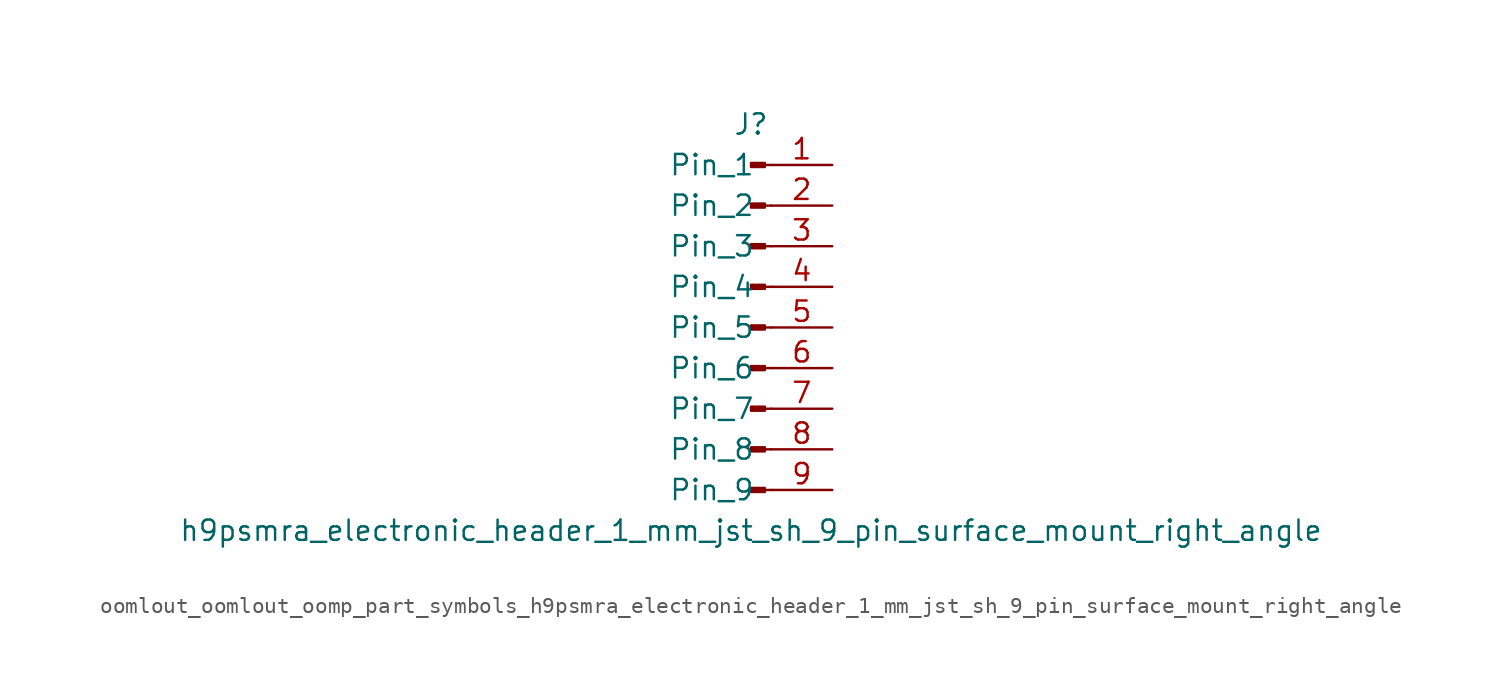
<source format=kicad_sym>
(kicad_symbol_lib
  (version 20220914)
  (generator kicad_symbol_editor)
  (symbol "oomlout_oomlout_oomp_part_symbols_h9psmra_electronic_header_1_mm_jst_sh_9_pin_surface_mount_right_angle"
    (pin_names
      (offset 1.016))
    (property "Reference" "J"
      (at 0 12.7 0)
      (effects (font (size 1.27 1.27))))
    (property "Value" "h9psmra_electronic_header_1_mm_jst_sh_9_pin_surface_mount_right_angle"
      (at 0 -12.7 0)
      (effects (font (size 1.27 1.27))))
    (property "ki_locked" ""
      (at 0 0 0)
      (effects (font (size 1.27 1.27))))
    (symbol "oomlout_oomlout_oomp_part_symbols_h9psmra_electronic_header_1_mm_jst_sh_9_pin_surface_mount_right_angle_1_1"
      (polyline (pts (xy 1.27 -10.16) (xy 0.864 -10.16)) (stroke (width 0.152) (type default)) (fill (type none)))
      (polyline (pts (xy 1.27 -7.62) (xy 0.864 -7.62)) (stroke (width 0.152) (type default)) (fill (type none)))
      (polyline (pts (xy 1.27 -5.08) (xy 0.864 -5.08)) (stroke (width 0.152) (type default)) (fill (type none)))
      (polyline (pts (xy 1.27 -2.54) (xy 0.864 -2.54)) (stroke (width 0.152) (type default)) (fill (type none)))
      (polyline (pts (xy 1.27 0) (xy 0.864 0)) (stroke (width 0.152) (type default)) (fill (type none)))
      (polyline (pts (xy 1.27 2.54) (xy 0.864 2.54)) (stroke (width 0.152) (type default)) (fill (type none)))
      (polyline (pts (xy 1.27 5.08) (xy 0.864 5.08)) (stroke (width 0.152) (type default)) (fill (type none)))
      (polyline (pts (xy 1.27 7.62) (xy 0.864 7.62)) (stroke (width 0.152) (type default)) (fill (type none)))
      (polyline (pts (xy 1.27 10.16) (xy 0.864 10.16)) (stroke (width 0.152) (type default)) (fill (type none)))
      (rectangle (start 0.864 -10.033) (end 0 -10.287) (stroke (width 0.152) (type default)) (fill (type outline)))
      (rectangle (start 0.864 -7.493) (end 0 -7.747) (stroke (width 0.152) (type default)) (fill (type outline)))
      (rectangle (start 0.864 -4.953) (end 0 -5.207) (stroke (width 0.152) (type default)) (fill (type outline)))
      (rectangle (start 0.864 -2.413) (end 0 -2.667) (stroke (width 0.152) (type default)) (fill (type outline)))
      (rectangle (start 0.864 0.127) (end 0 -0.127) (stroke (width 0.152) (type default)) (fill (type outline)))
      (rectangle (start 0.864 2.667) (end 0 2.413) (stroke (width 0.152) (type default)) (fill (type outline)))
      (rectangle (start 0.864 5.207) (end 0 4.953) (stroke (width 0.152) (type default)) (fill (type outline)))
      (rectangle (start 0.864 7.747) (end 0 7.493) (stroke (width 0.152) (type default)) (fill (type outline)))
      (rectangle (start 0.864 10.287) (end 0 10.033) (stroke (width 0.152) (type default)) (fill (type outline)))
      (pin passive line (at 5.08 10.16 180) (length 3.81) (name "Pin_1" (effects (font (size 1.27 1.27)))) (number "1" (effects (font (size 1.27 1.27)))))
      (pin passive line (at 5.08 7.62 180) (length 3.81) (name "Pin_2" (effects (font (size 1.27 1.27)))) (number "2" (effects (font (size 1.27 1.27)))))
      (pin passive line (at 5.08 5.08 180) (length 3.81) (name "Pin_3" (effects (font (size 1.27 1.27)))) (number "3" (effects (font (size 1.27 1.27)))))
      (pin passive line (at 5.08 2.54 180) (length 3.81) (name "Pin_4" (effects (font (size 1.27 1.27)))) (number "4" (effects (font (size 1.27 1.27)))))
      (pin passive line (at 5.08 0 180) (length 3.81) (name "Pin_5" (effects (font (size 1.27 1.27)))) (number "5" (effects (font (size 1.27 1.27)))))
      (pin passive line (at 5.08 -2.54 180) (length 3.81) (name "Pin_6" (effects (font (size 1.27 1.27)))) (number "6" (effects (font (size 1.27 1.27)))))
      (pin passive line (at 5.08 -5.08 180) (length 3.81) (name "Pin_7" (effects (font (size 1.27 1.27)))) (number "7" (effects (font (size 1.27 1.27)))))
      (pin passive line (at 5.08 -7.62 180) (length 3.81) (name "Pin_8" (effects (font (size 1.27 1.27)))) (number "8" (effects (font (size 1.27 1.27)))))
      (pin passive line (at 5.08 -10.16 180) (length 3.81) (name "Pin_9" (effects (font (size 1.27 1.27)))) (number "9" (effects (font (size 1.27 1.27))))))))
</source>
